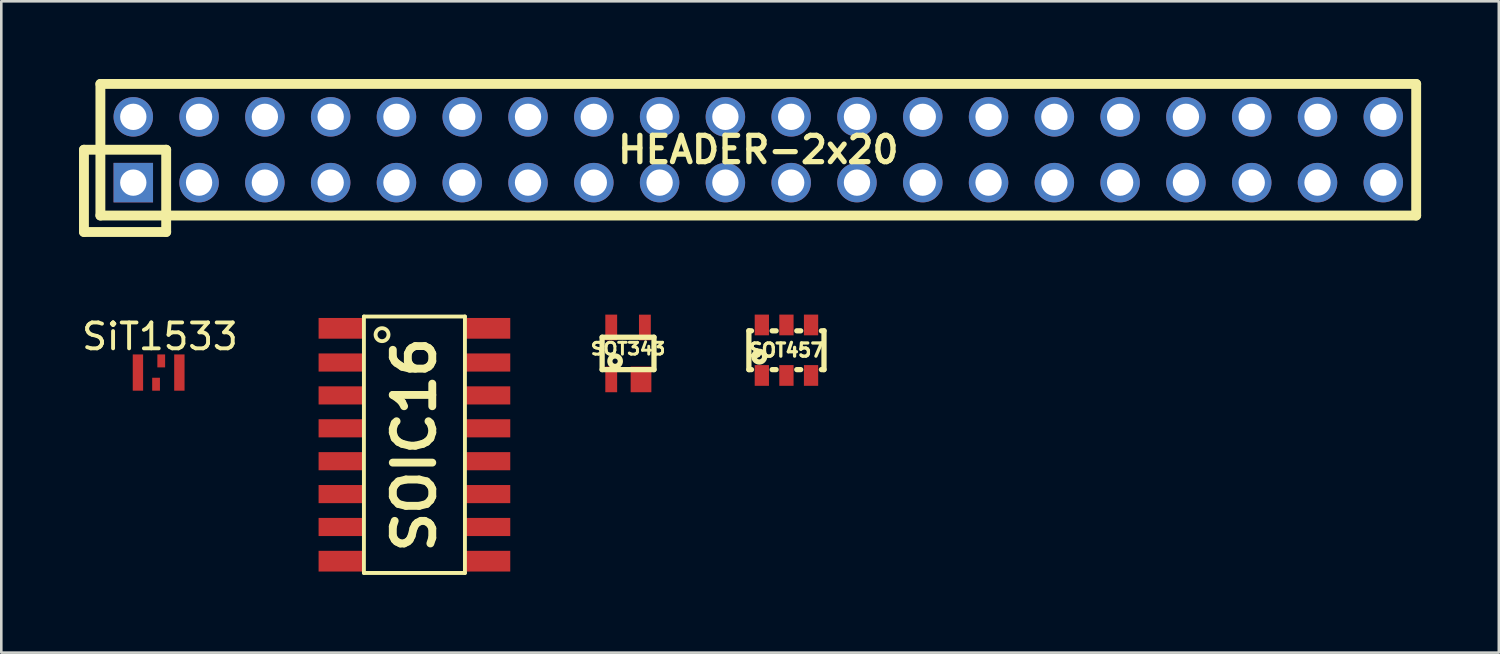
<source format=kicad_pcb>
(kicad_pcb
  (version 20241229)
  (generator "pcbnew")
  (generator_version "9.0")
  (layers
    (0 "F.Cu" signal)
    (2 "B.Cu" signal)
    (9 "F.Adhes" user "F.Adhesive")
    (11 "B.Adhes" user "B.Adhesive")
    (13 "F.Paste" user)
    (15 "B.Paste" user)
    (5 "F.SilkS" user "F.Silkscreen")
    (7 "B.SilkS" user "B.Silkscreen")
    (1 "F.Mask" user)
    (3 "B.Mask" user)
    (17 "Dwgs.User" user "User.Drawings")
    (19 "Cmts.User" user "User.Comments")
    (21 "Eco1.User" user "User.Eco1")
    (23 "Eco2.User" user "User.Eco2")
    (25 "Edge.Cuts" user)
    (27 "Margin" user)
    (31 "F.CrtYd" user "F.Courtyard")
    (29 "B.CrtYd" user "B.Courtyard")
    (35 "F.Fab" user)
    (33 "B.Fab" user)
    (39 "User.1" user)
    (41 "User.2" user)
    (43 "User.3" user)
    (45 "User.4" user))
  (footprint "SiT1533"
    (layer "F.Cu")
    (at 3.075 11.334)
    (property "Reference" "SiT1533" (at 0.05 -1.39 0) (layer "F.SilkS") (effects (font (size 1 1) (thickness 0.15))))
    (attr through_hole)
    (pad "1" smd rect (at -0.8 0) (size 0.4 1.4) (layers "F.Cu" "F.Mask" "F.Paste"))
    (pad "2" smd rect (at -0.1 0.45) (size 0.3 0.5) (layers "F.Cu" "F.Mask" "F.Paste"))
    (pad "3" smd rect (at 0.8 0) (size 0.4 1.4) (layers "F.Cu" "F.Mask" "F.Paste"))
    (pad "4" smd rect (at 0.1 -0.45) (size 0.3 0.5) (layers "F.Cu" "F.Mask" "F.Paste")))
  (footprint "SOT457"
    (layer "F.Cu")
    (at 27.313 10.471)
    (property "Reference" "SOT457" (at 0 0 0) (layer "F.SilkS") (effects (font (size 0.508 0.508) (thickness 0.127))))
    (attr through_hole)
    (fp_line (start -1.45 -0.749) (end -1.45 0.749) (stroke (width 0.203) (type solid)) (layer "F.SilkS"))
    (fp_line (start -1.45 -0.749) (end -1.349 -0.749) (stroke (width 0.203) (type solid)) (layer "F.SilkS"))
    (fp_line (start -1.45 0.749) (end -1.349 0.749) (stroke (width 0.203) (type solid)) (layer "F.SilkS"))
    (fp_line (start -0.551 -0.749) (end -0.399 -0.749) (stroke (width 0.203) (type solid)) (layer "F.SilkS"))
    (fp_line (start -0.399 0.749) (end -0.551 0.749) (stroke (width 0.203) (type solid)) (layer "F.SilkS"))
    (fp_line (start 0.399 -0.749) (end 0.551 -0.749) (stroke (width 0.203) (type solid)) (layer "F.SilkS"))
    (fp_line (start 0.551 0.749) (end 0.399 0.749) (stroke (width 0.203) (type solid)) (layer "F.SilkS"))
    (fp_line (start 1.45 -0.749) (end 1.349 -0.749) (stroke (width 0.203) (type solid)) (layer "F.SilkS"))
    (fp_line (start 1.45 -0.749) (end 1.45 0.749) (stroke (width 0.203) (type solid)) (layer "F.SilkS"))
    (fp_line (start 1.45 0.749) (end 1.349 0.749) (stroke (width 0.203) (type solid)) (layer "F.SilkS"))
    (fp_circle (center -1.049 0.249) (end -1.001 0.45) (stroke (width 0.203) (type solid)) (fill no) (layer "F.SilkS"))
    (pad "1" smd rect (at -0.95 0.975) (size 0.551 0.8) (layers "F.Cu" "F.Mask" "F.Paste"))
    (pad "2" smd rect (at 0 0.975) (size 0.551 0.8) (layers "F.Cu" "F.Mask" "F.Paste"))
    (pad "3" smd rect (at 0.95 0.975) (size 0.551 0.8) (layers "F.Cu" "F.Mask" "F.Paste"))
    (pad "4" smd rect (at 0.95 -0.975) (size 0.551 0.8) (layers "F.Cu" "F.Mask" "F.Paste"))
    (pad "5" smd rect (at 0 -0.975) (size 0.551 0.8) (layers "F.Cu" "F.Mask" "F.Paste"))
    (pad "6" smd rect (at -0.95 -0.975) (size 0.551 0.8) (layers "F.Cu" "F.Mask" "F.Paste")))
  (footprint "SOIC16"
    (layer "F.Cu")
    (at 12.95 14.121)
    (property "Reference" "SOIC16" (at 0 0 90) (layer "F.SilkS") (effects (font (size 1.524 1.524) (thickness 0.305))))
    (attr through_hole)
    (fp_line (start -1.95 -4.95) (end 1.95 -4.95) (stroke (width 0.15) (type solid)) (layer "F.SilkS"))
    (fp_line (start -1.95 4.95) (end -1.95 -4.95) (stroke (width 0.15) (type solid)) (layer "F.SilkS"))
    (fp_line (start 1.95 -4.95) (end 1.95 4.95) (stroke (width 0.15) (type solid)) (layer "F.SilkS"))
    (fp_line (start 1.95 4.95) (end -1.95 4.95) (stroke (width 0.15) (type solid)) (layer "F.SilkS"))
    (fp_circle (center -1.25 -4.25) (end -1 -4.25) (stroke (width 0.15) (type solid)) (fill no) (layer "F.SilkS"))
    (pad "1" smd rect (at -2.825 -4.495) (size 1.75 0.8) (layers "F.Cu" "F.Mask" "F.Paste"))
    (pad "2" smd rect (at -2.825 -3.175) (size 1.75 0.7) (layers "F.Cu" "F.Mask" "F.Paste"))
    (pad "3" smd rect (at -2.825 -1.905) (size 1.75 0.7) (layers "F.Cu" "F.Mask" "F.Paste"))
    (pad "4" smd rect (at -2.825 -0.635) (size 1.75 0.7) (layers "F.Cu" "F.Mask" "F.Paste"))
    (pad "5" smd rect (at -2.825 0.635) (size 1.75 0.7) (layers "F.Cu" "F.Mask" "F.Paste"))
    (pad "6" smd rect (at -2.825 1.905) (size 1.75 0.7) (layers "F.Cu" "F.Mask" "F.Paste"))
    (pad "7" smd rect (at -2.825 3.175) (size 1.75 0.7) (layers "F.Cu" "F.Mask" "F.Paste"))
    (pad "8" smd rect (at -2.825 4.495) (size 1.75 0.8) (layers "F.Cu" "F.Mask" "F.Paste"))
    (pad "9" smd rect (at 2.825 4.495) (size 1.75 0.8) (layers "F.Cu" "F.Mask" "F.Paste"))
    (pad "10" smd rect (at 2.825 3.175) (size 1.75 0.7) (layers "F.Cu" "F.Mask" "F.Paste"))
    (pad "11" smd rect (at 2.825 1.905) (size 1.75 0.7) (layers "F.Cu" "F.Mask" "F.Paste"))
    (pad "12" smd rect (at 2.825 0.635) (size 1.75 0.7) (layers "F.Cu" "F.Mask" "F.Paste"))
    (pad "13" smd rect (at 2.825 -0.635) (size 1.75 0.7) (layers "F.Cu" "F.Mask" "F.Paste"))
    (pad "14" smd rect (at 2.825 -1.905) (size 1.75 0.7) (layers "F.Cu" "F.Mask" "F.Paste"))
    (pad "15" smd rect (at 2.825 -3.175) (size 1.75 0.7) (layers "F.Cu" "F.Mask" "F.Paste"))
    (pad "16" smd rect (at 2.825 -4.495) (size 1.75 0.8) (layers "F.Cu" "F.Mask" "F.Paste")))
  (footprint "SOT343"
    (layer "F.Cu")
    (at 21.198 10.595)
    (property "Reference" "SOT343" (at 0 -0.178 0) (layer "F.SilkS") (effects (font (size 0.457 0.508) (thickness 0.114))))
    (attr through_hole)
    (fp_line (start -1.001 -0.625) (end 1.001 -0.625) (stroke (width 0.203) (type solid)) (layer "F.SilkS"))
    (fp_line (start -1.001 0.625) (end -1.001 -0.625) (stroke (width 0.203) (type solid)) (layer "F.SilkS"))
    (fp_line (start 1.001 -0.625) (end 1.001 0.625) (stroke (width 0.203) (type solid)) (layer "F.SilkS"))
    (fp_line (start 1.001 0.625) (end -1.001 0.625) (stroke (width 0.203) (type solid)) (layer "F.SilkS"))
    (fp_circle (center -0.5 0.3) (end -0.399 0.3) (stroke (width 0.203) (type solid)) (fill no) (layer "F.SilkS"))
    (pad "1" smd rect (at -0.65 1.003) (size 0.457 0.991) (layers "F.Cu" "F.Mask" "F.Paste"))
    (pad "2" smd rect (at 0.5 1.003) (size 0.8 0.991) (layers "F.Cu" "F.Mask" "F.Paste"))
    (pad "3" smd rect (at 0.65 -1.001) (size 0.457 0.991) (layers "F.Cu" "F.Mask" "F.Paste"))
    (pad "4" smd rect (at -0.65 -1.003) (size 0.457 0.991) (layers "F.Cu" "F.Mask" "F.Paste")))
  (footprint "HEADER-2x20"
    (layer "F.Cu")
    (at 26.226 2.731)
    (property "Reference" "HEADER-2x20" (at 0 0 0) (layer "F.SilkS") (effects (font (size 1.016 1.016) (thickness 0.203))))
    (attr through_hole)
    (fp_line (start -26.035 0) (end -26.035 3.175) (stroke (width 0.381) (type solid)) (layer "F.SilkS"))
    (fp_line (start -26.035 3.175) (end -22.86 3.175) (stroke (width 0.381) (type solid)) (layer "F.SilkS"))
    (fp_line (start -25.4 -2.54) (end 25.4 -2.54) (stroke (width 0.381) (type solid)) (layer "F.SilkS"))
    (fp_line (start -25.4 2.54) (end -25.4 -2.54) (stroke (width 0.381) (type solid)) (layer "F.SilkS"))
    (fp_line (start -22.86 0) (end -26.035 0) (stroke (width 0.381) (type solid)) (layer "F.SilkS"))
    (fp_line (start -22.86 3.175) (end -22.86 0) (stroke (width 0.381) (type solid)) (layer "F.SilkS"))
    (fp_line (start 25.4 -2.54) (end 25.4 2.54) (stroke (width 0.381) (type solid)) (layer "F.SilkS"))
    (fp_line (start 25.4 2.54) (end -25.4 2.54) (stroke (width 0.381) (type solid)) (layer "F.SilkS"))
    (pad "1" thru_hole rect (at -24.13 1.27) (size 1.524 1.524) (drill 1.016) (layers "*.Cu" "*.Mask"))
    (pad "2" thru_hole circle (at -24.13 -1.27) (size 1.524 1.524) (drill 1.016) (layers "*.Cu" "*.Mask"))
    (pad "3" thru_hole circle (at -21.59 1.27) (size 1.524 1.524) (drill 1.016) (layers "*.Cu" "*.Mask"))
    (pad "4" thru_hole circle (at -21.59 -1.27) (size 1.524 1.524) (drill 1.016) (layers "*.Cu" "*.Mask"))
    (pad "5" thru_hole circle (at -19.05 1.27) (size 1.524 1.524) (drill 1.016) (layers "*.Cu" "*.Mask"))
    (pad "6" thru_hole circle (at -19.05 -1.27) (size 1.524 1.524) (drill 1.016) (layers "*.Cu" "*.Mask"))
    (pad "7" thru_hole circle (at -16.51 1.27) (size 1.524 1.524) (drill 1.016) (layers "*.Cu" "*.Mask"))
    (pad "8" thru_hole circle (at -16.51 -1.27) (size 1.524 1.524) (drill 1.016) (layers "*.Cu" "*.Mask"))
    (pad "9" thru_hole circle (at -13.97 1.27) (size 1.524 1.524) (drill 1.016) (layers "*.Cu" "*.Mask"))
    (pad "10" thru_hole circle (at -13.97 -1.27) (size 1.524 1.524) (drill 1.016) (layers "*.Cu" "*.Mask"))
    (pad "11" thru_hole circle (at -11.43 1.27) (size 1.524 1.524) (drill 1.016) (layers "*.Cu" "*.Mask"))
    (pad "12" thru_hole circle (at -11.43 -1.27) (size 1.524 1.524) (drill 1.016) (layers "*.Cu" "*.Mask"))
    (pad "13" thru_hole circle (at -8.89 1.27) (size 1.524 1.524) (drill 1.016) (layers "*.Cu" "*.Mask"))
    (pad "14" thru_hole circle (at -8.89 -1.27) (size 1.524 1.524) (drill 1.016) (layers "*.Cu" "*.Mask"))
    (pad "15" thru_hole circle (at -6.35 1.27) (size 1.524 1.524) (drill 1.016) (layers "*.Cu" "*.Mask"))
    (pad "16" thru_hole circle (at -6.35 -1.27) (size 1.524 1.524) (drill 1.016) (layers "*.Cu" "*.Mask"))
    (pad "17" thru_hole circle (at -3.81 1.27) (size 1.524 1.524) (drill 1.016) (layers "*.Cu" "*.Mask"))
    (pad "18" thru_hole circle (at -3.81 -1.27) (size 1.524 1.524) (drill 1.016) (layers "*.Cu" "*.Mask"))
    (pad "19" thru_hole circle (at -1.27 1.27) (size 1.524 1.524) (drill 1.016) (layers "*.Cu" "*.Mask"))
    (pad "20" thru_hole circle (at -1.27 -1.27) (size 1.524 1.524) (drill 1.016) (layers "*.Cu" "*.Mask"))
    (pad "21" thru_hole circle (at 1.27 1.27) (size 1.524 1.524) (drill 1.016) (layers "*.Cu" "*.Mask"))
    (pad "22" thru_hole circle (at 1.27 -1.27) (size 1.524 1.524) (drill 1.016) (layers "*.Cu" "*.Mask"))
    (pad "23" thru_hole circle (at 3.81 1.27) (size 1.524 1.524) (drill 1.016) (layers "*.Cu" "*.Mask"))
    (pad "24" thru_hole circle (at 3.81 -1.27) (size 1.524 1.524) (drill 1.016) (layers "*.Cu" "*.Mask"))
    (pad "25" thru_hole circle (at 6.35 1.27) (size 1.524 1.524) (drill 1.016) (layers "*.Cu" "*.Mask"))
    (pad "26" thru_hole circle (at 6.35 -1.27) (size 1.524 1.524) (drill 1.016) (layers "*.Cu" "*.Mask"))
    (pad "27" thru_hole circle (at 8.89 1.27) (size 1.524 1.524) (drill 1.016) (layers "*.Cu" "*.Mask"))
    (pad "28" thru_hole circle (at 8.89 -1.27) (size 1.524 1.524) (drill 1.016) (layers "*.Cu" "*.Mask"))
    (pad "29" thru_hole circle (at 11.43 1.27) (size 1.524 1.524) (drill 1.016) (layers "*.Cu" "*.Mask"))
    (pad "30" thru_hole circle (at 11.43 -1.27) (size 1.524 1.524) (drill 1.016) (layers "*.Cu" "*.Mask"))
    (pad "31" thru_hole circle (at 13.97 1.27) (size 1.524 1.524) (drill 1.016) (layers "*.Cu" "*.Mask"))
    (pad "32" thru_hole circle (at 13.97 -1.27) (size 1.524 1.524) (drill 1.016) (layers "*.Cu" "*.Mask"))
    (pad "33" thru_hole circle (at 16.51 1.27) (size 1.524 1.524) (drill 1.016) (layers "*.Cu" "*.Mask"))
    (pad "34" thru_hole circle (at 16.51 -1.27) (size 1.524 1.524) (drill 1.016) (layers "*.Cu" "*.Mask"))
    (pad "35" thru_hole circle (at 19.05 1.27) (size 1.524 1.524) (drill 1.016) (layers "*.Cu" "*.Mask"))
    (pad "36" thru_hole circle (at 19.05 -1.27) (size 1.524 1.524) (drill 1.016) (layers "*.Cu" "*.Mask"))
    (pad "37" thru_hole circle (at 21.59 1.27) (size 1.524 1.524) (drill 1.016) (layers "*.Cu" "*.Mask"))
    (pad "38" thru_hole circle (at 21.59 -1.27) (size 1.524 1.524) (drill 1.016) (layers "*.Cu" "*.Mask"))
    (pad "39" thru_hole circle (at 24.13 1.27) (size 1.524 1.524) (drill 1.016) (layers "*.Cu" "*.Mask"))
    (pad "40" thru_hole circle (at 24.13 -1.27) (size 1.524 1.524) (drill 1.016) (layers "*.Cu" "*.Mask")))
  (gr_rect
    (start -3 -3)
    (end 54.816 22.146)
    (stroke (width 0.1) (type default))
    (fill no)
    (layer "Edge.Cuts")))
</source>
